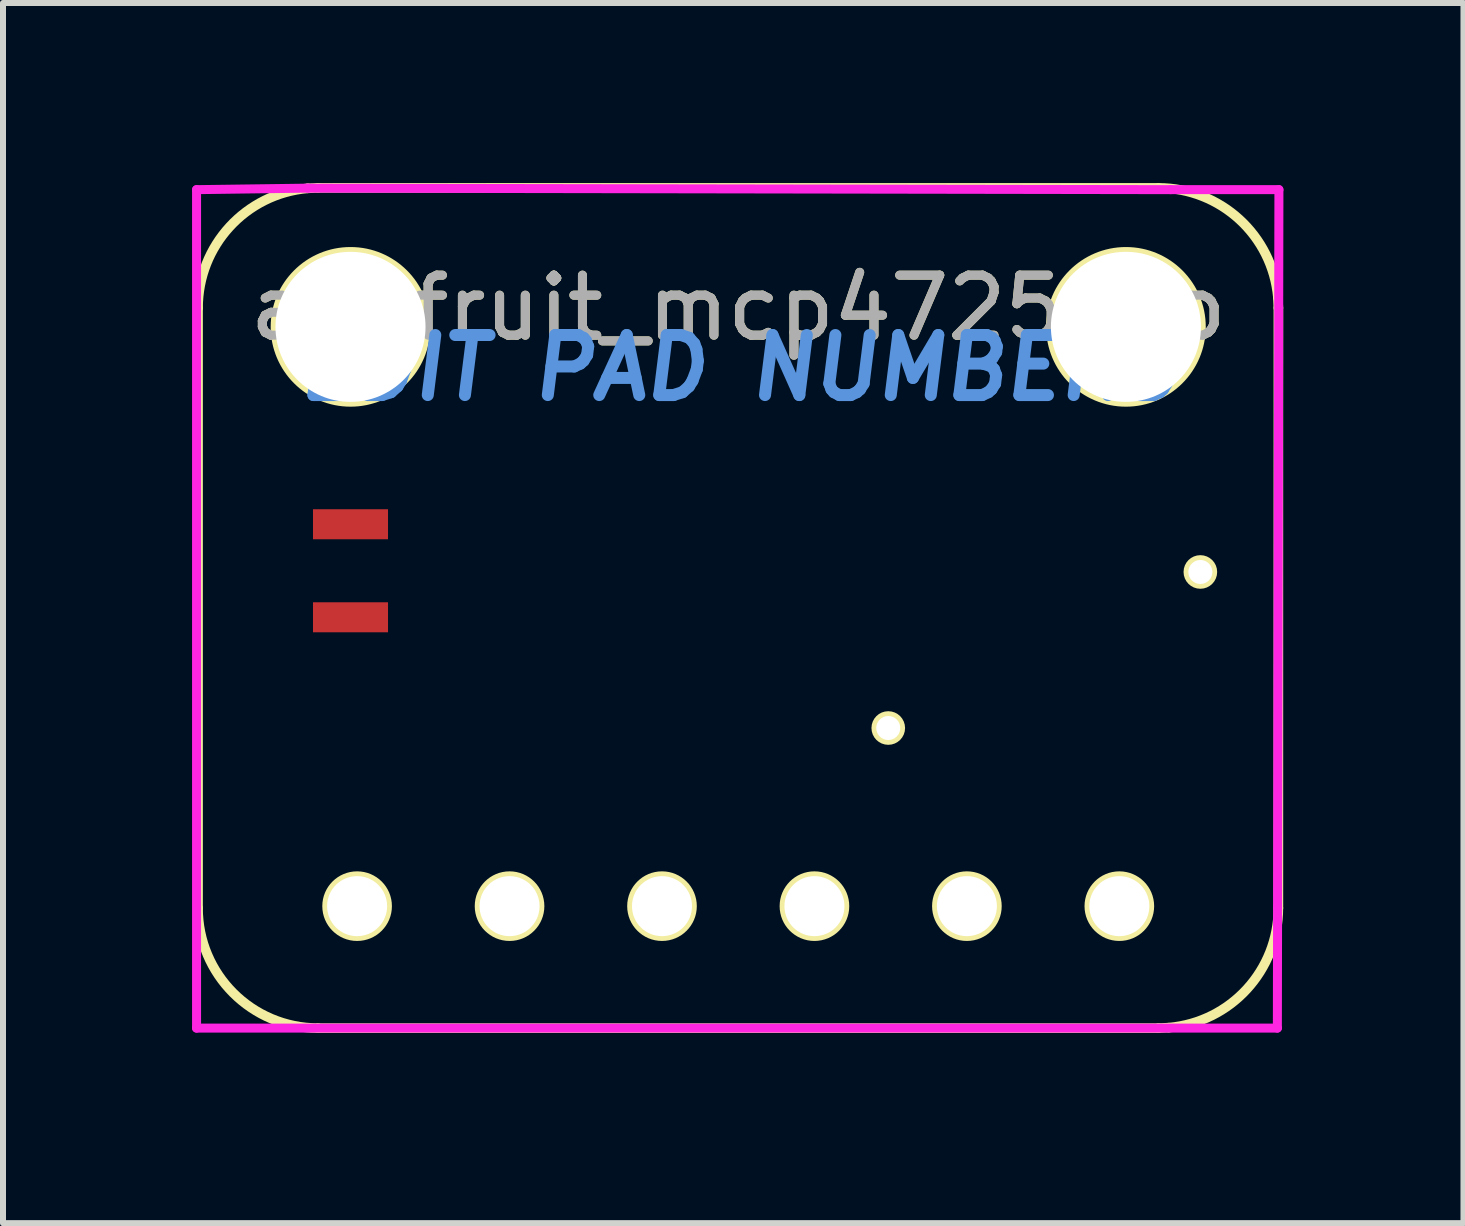
<source format=kicad_pcb>
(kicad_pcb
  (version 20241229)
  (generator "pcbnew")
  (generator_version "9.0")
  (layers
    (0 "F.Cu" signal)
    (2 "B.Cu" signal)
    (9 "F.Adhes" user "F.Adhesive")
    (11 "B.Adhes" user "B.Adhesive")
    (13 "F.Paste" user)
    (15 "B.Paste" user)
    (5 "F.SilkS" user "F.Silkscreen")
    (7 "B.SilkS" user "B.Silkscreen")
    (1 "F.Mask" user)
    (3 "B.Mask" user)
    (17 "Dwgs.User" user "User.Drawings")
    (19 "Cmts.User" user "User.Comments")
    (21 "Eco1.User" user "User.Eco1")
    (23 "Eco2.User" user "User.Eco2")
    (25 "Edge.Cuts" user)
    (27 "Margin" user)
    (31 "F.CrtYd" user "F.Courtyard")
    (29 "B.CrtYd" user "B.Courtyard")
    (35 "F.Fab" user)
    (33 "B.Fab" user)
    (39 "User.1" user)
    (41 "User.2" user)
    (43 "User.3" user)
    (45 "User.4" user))
  (footprint "adafruit_mcp4725-fp"
    (layer "F.Cu")
    (at 0.25 14.08)
    (property "Reference" "adafruit_mcp4725-fp" (at 9 -12 0) (layer "F.SilkS") (effects (font (size 1 1) (thickness 0.15))))
    (attr smd)
    (fp_line (start 0 -12) (end 0 -2) (stroke (width 0.16) (type solid)) (layer "F.SilkS"))
    (fp_line (start 2 -14) (end 1.826 -13.992) (stroke (width 0.16) (type solid)) (layer "F.SilkS"))
    (fp_line (start 2 0) (end 16 0) (stroke (width 0.16) (type solid)) (layer "F.SilkS"))
    (fp_line (start 16 -14) (end 2 -14) (stroke (width 0.16) (type solid)) (layer "F.SilkS"))
    (fp_line (start 16 0) (end 16.174 -0.008) (stroke (width 0.16) (type solid)) (layer "F.SilkS"))
    (fp_line (start 18 -12) (end 17.992 -12.174) (stroke (width 0.16) (type solid)) (layer "F.SilkS"))
    (fp_line (start 18 -2) (end 18 -12) (stroke (width 0.16) (type solid)) (layer "F.SilkS"))
    (fp_arc (start 0.000415 -12.000276) (mid 0.525938 -13.351104) (end 1.826 -13.992) (stroke (width 0.16) (type solid)) (layer "F.SilkS"))
    (fp_arc (start 2 0) (mid 0.585786 -0.585786) (end 0 -2) (stroke (width 0.16) (type solid)) (layer "F.SilkS"))
    (fp_arc (start 16.000276 -13.999585) (mid 17.351104 -13.474062) (end 17.992 -12.174) (stroke (width 0.16) (type solid)) (layer "F.SilkS"))
    (fp_arc (start 17.999585 -1.999724) (mid 17.474062 -0.648896) (end 16.174 -0.008) (stroke (width 0.16) (type solid)) (layer "F.SilkS"))
    (fp_circle (center 2.54 -11.684) (end 1.29 -11.684) (stroke (width 0.16) (type solid)) (fill no) (layer "F.SilkS"))
    (fp_circle (center 2.65 -2.032) (end 2.15 -2.032) (stroke (width 0.16) (type solid)) (fill no) (layer "F.SilkS"))
    (fp_circle (center 5.19 -2.032) (end 4.69 -2.032) (stroke (width 0.16) (type solid)) (fill no) (layer "F.SilkS"))
    (fp_circle (center 7.73 -2.032) (end 7.23 -2.032) (stroke (width 0.16) (type solid)) (fill no) (layer "F.SilkS"))
    (fp_circle (center 10.27 -2.032) (end 9.77 -2.032) (stroke (width 0.16) (type solid)) (fill no) (layer "F.SilkS"))
    (fp_circle (center 11.5 -5) (end 11.3 -5) (stroke (width 0.16) (type solid)) (fill no) (layer "F.SilkS"))
    (fp_circle (center 12.81 -2.032) (end 12.31 -2.032) (stroke (width 0.16) (type solid)) (fill no) (layer "F.SilkS"))
    (fp_circle (center 15.35 -2.032) (end 14.85 -2.032) (stroke (width 0.16) (type solid)) (fill no) (layer "F.SilkS"))
    (fp_circle (center 15.46 -11.684) (end 14.21 -11.684) (stroke (width 0.16) (type solid)) (fill no) (layer "F.SilkS"))
    (fp_circle (center 16.7 -7.6) (end 16.5 -7.6) (stroke (width 0.16) (type solid)) (fill no) (layer "F.SilkS"))
    (fp_line (start -0.025 -13.97) (end 1.829 -13.995) (stroke (width 0.15) (type solid)) (layer "F.CrtYd"))
    (fp_line (start -0.025 0) (end -0.025 -13.97) (stroke (width 0.15) (type solid)) (layer "F.CrtYd"))
    (fp_line (start 1.829 -13.995) (end 16.205 -13.97) (stroke (width 0.15) (type solid)) (layer "F.CrtYd"))
    (fp_line (start 16.205 -13.97) (end 18.009 -13.97) (stroke (width 0.15) (type solid)) (layer "F.CrtYd"))
    (fp_line (start 17.983 0) (end -0.025 0) (stroke (width 0.15) (type solid)) (layer "F.CrtYd"))
    (fp_line (start 18.009 -13.97) (end 17.983 0) (stroke (width 0.15) (type solid)) (layer "F.CrtYd"))
    (fp_text user "EDIT PAD NUMBERS" (at 9 -11 0) (layer "Cmts.User") (effects (font (size 1 1) (thickness 0.2) (italic yes))))
    (fp_text user "${REFERENCE}" (at 9 -12 0) (layer "F.Fab") (effects (font (size 1 1) (thickness 0.15))))
    (pad "" np_thru_hole circle (at 2.54 -11.684) (size 2.5 2.5) (drill 2.5) (layers "*.Cu" "*.Mask"))
    (pad "" np_thru_hole circle (at 11.5 -5) (size 0.4 0.4) (drill 0.4) (layers "*.Cu" "*.Mask"))
    (pad "" np_thru_hole circle (at 15.46 -11.684) (size 2.5 2.5) (drill 2.5) (layers "*.Cu" "*.Mask"))
    (pad "" np_thru_hole circle (at 16.7 -7.6) (size 0.4 0.4) (drill 0.4) (layers "*.Cu" "*.Mask"))
    (pad "#" smd rect (at 2.54 -8.395) (size 1.25 0.5) (layers "F.Cu" "F.Mask" "F.Paste"))
    (pad "#" smd rect (at 2.54 -6.845) (size 1.25 0.5) (layers "F.Cu" "F.Mask" "F.Paste"))
    (pad "1" thru_hole circle (at 2.65 -2.032) (size 1 1) (drill 1) (layers "*.Cu" "*.Mask" "F.SilkS"))
    (pad "2" thru_hole circle (at 5.19 -2.032) (size 1 1) (drill 1) (layers "*.Cu" "*.Mask" "F.SilkS"))
    (pad "3" thru_hole circle (at 7.73 -2.032) (size 1 1) (drill 1) (layers "*.Cu" "*.Mask" "F.SilkS"))
    (pad "4" thru_hole circle (at 10.27 -2.032) (size 1 1) (drill 1) (layers "*.Cu" "*.Mask" "F.SilkS"))
    (pad "5" thru_hole circle (at 12.81 -2.032) (size 1 1) (drill 1) (layers "*.Cu" "*.Mask" "F.SilkS"))
    (pad "6" thru_hole circle (at 15.35 -2.032) (size 1 1) (drill 1) (layers "*.Cu" "*.Mask" "F.SilkS")))
  (gr_rect
    (start -3 -3)
    (end 21.334 17.33)
    (stroke (width 0.1) (type default))
    (fill no)
    (layer "Edge.Cuts")))
</source>
